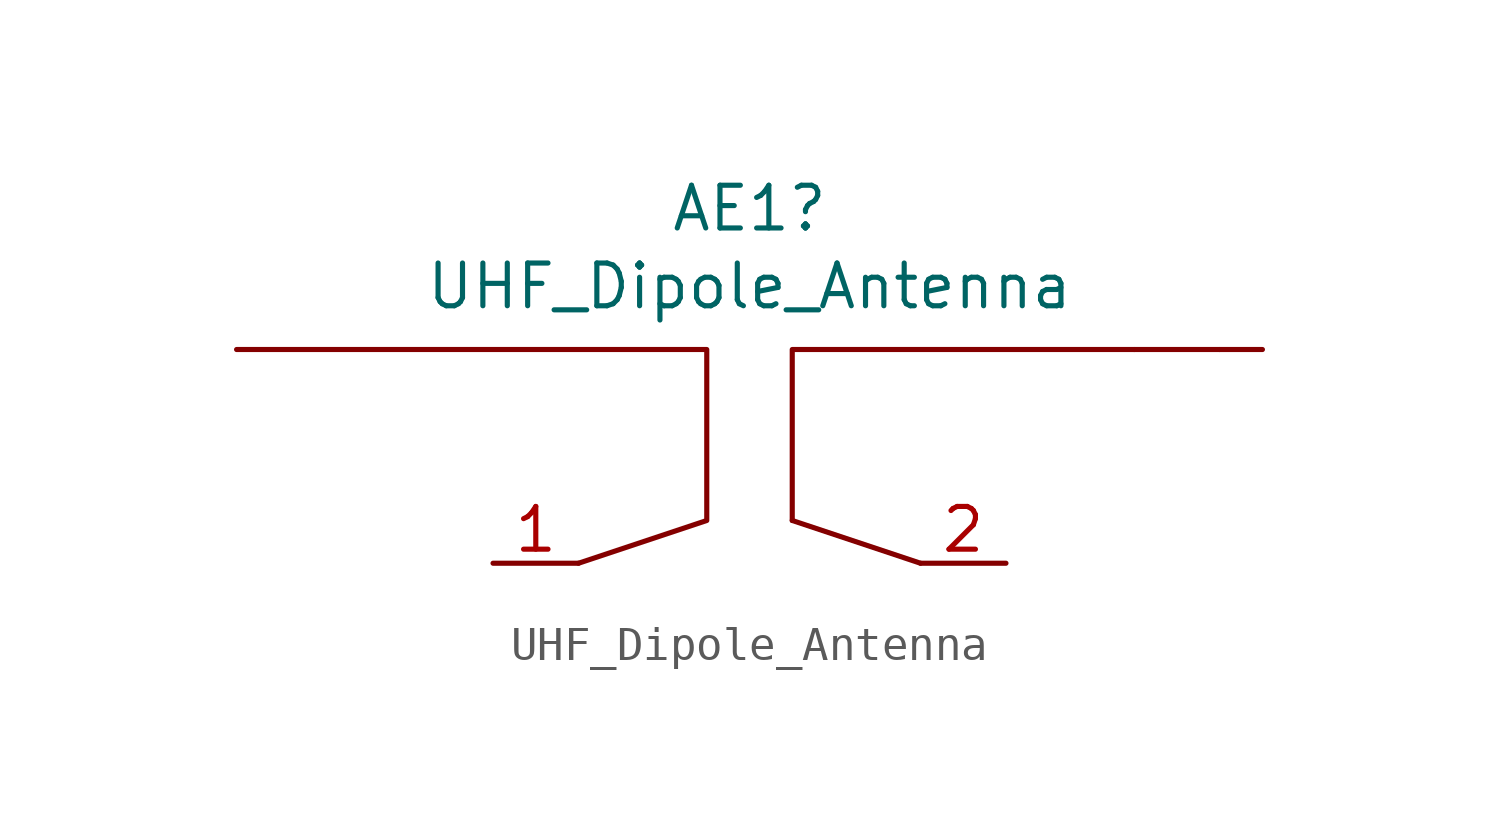
<source format=kicad_sym>
(kicad_symbol_lib
  (version 20231120)
  (generator "kicad_symbol_editor")
  (generator_version "8.0")
  (symbol "UHF_Dipole_Antenna"
    (pin_names
      (offset 1.016))
    (property "Reference" "AE1"
      (at 0 5.461 0)
      (effects (font (size 1.27 1.27))))
    (property "Value" "UHF_Dipole_Antenna"
      (at 0 3.15 0)
      (effects (font (size 1.27 1.27))))
    (symbol "UHF_Dipole_Antenna_0_1"
      (polyline (pts (xy 1.27 -3.81) (xy 5.08 -5.08)) (stroke (width 0) (type default)) (fill (type none)))
      (polyline (pts (xy 11.43 1.27) (xy 13.97 1.27)) (stroke (width 0) (type default)) (fill (type none)))
      (polyline (pts (xy 13.97 1.27) (xy 15.24 1.27)) (stroke (width 0) (type default)) (fill (type none)))
      (polyline (pts (xy 1.27 -3.81) (xy 1.27 1.27) (xy 11.43 1.27)) (stroke (width 0) (type default)) (fill (type none)))
      (polyline (pts (xy -15.24 1.27) (xy -1.27 1.27) (xy -1.27 -3.81) (xy -5.08 -5.08)) (stroke (width 0) (type default)) (fill (type none))))
    (symbol "UHF_Dipole_Antenna_1_1"
      (pin passive line (at -7.62 -5.08 0) (length 2.54) (name "~" (effects (font (size 1.27 1.27)))) (number "1" (effects (font (size 1.27 1.27)))))
      (pin passive line (at 7.62 -5.08 180) (length 2.54) (name "~" (effects (font (size 1.27 1.27)))) (number "2" (effects (font (size 1.27 1.27))))))))
</source>
